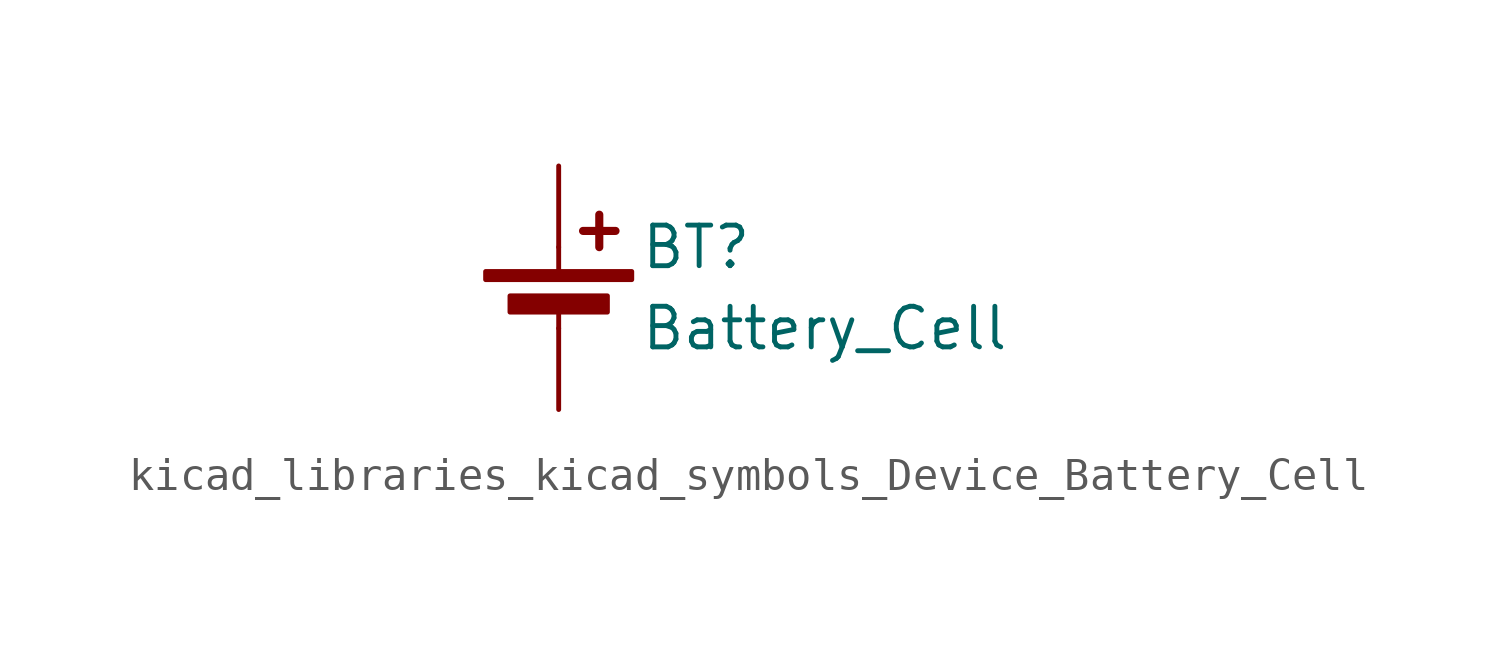
<source format=kicad_sym>
(kicad_symbol_lib
  (version 20220914)
  (generator kicad_symbol_editor)
  (symbol "kicad_libraries_kicad_symbols_Device_Battery_Cell"
    (pin_numbers hide)
    (pin_names
      (offset 0) hide)
    (property "Reference" "BT"
      (at 2.54 2.54 0)
      (effects (font (size 1.27 1.27)) (justify left)))
    (property "Value" "Battery_Cell"
      (at 2.54 0 0)
      (effects (font (size 1.27 1.27)) (justify left)))
    (symbol "kicad_libraries_kicad_symbols_Device_Battery_Cell_0_1"
      (rectangle (start -2.286 1.778) (end 2.286 1.524) (stroke (width 0) (type default)) (fill (type outline)))
      (rectangle (start -1.524 1.016) (end 1.524 0.508) (stroke (width 0) (type default)) (fill (type outline)))
      (polyline (pts (xy 0 0.762) (xy 0 0)) (stroke (width 0) (type default)) (fill (type none)))
      (polyline (pts (xy 0 1.778) (xy 0 2.54)) (stroke (width 0) (type default)) (fill (type none)))
      (polyline (pts (xy 0.762 3.048) (xy 1.778 3.048)) (stroke (width 0.254) (type default)) (fill (type none)))
      (polyline (pts (xy 1.27 3.556) (xy 1.27 2.54)) (stroke (width 0.254) (type default)) (fill (type none))))
    (symbol "kicad_libraries_kicad_symbols_Device_Battery_Cell_1_1"
      (pin passive line (at 0 5.08 270) (length 2.54) (name "+" (effects (font (size 1.27 1.27)))) (number "1" (effects (font (size 1.27 1.27)))))
      (pin passive line (at 0 -2.54 90) (length 2.54) (name "-" (effects (font (size 1.27 1.27)))) (number "2" (effects (font (size 1.27 1.27))))))))
</source>
